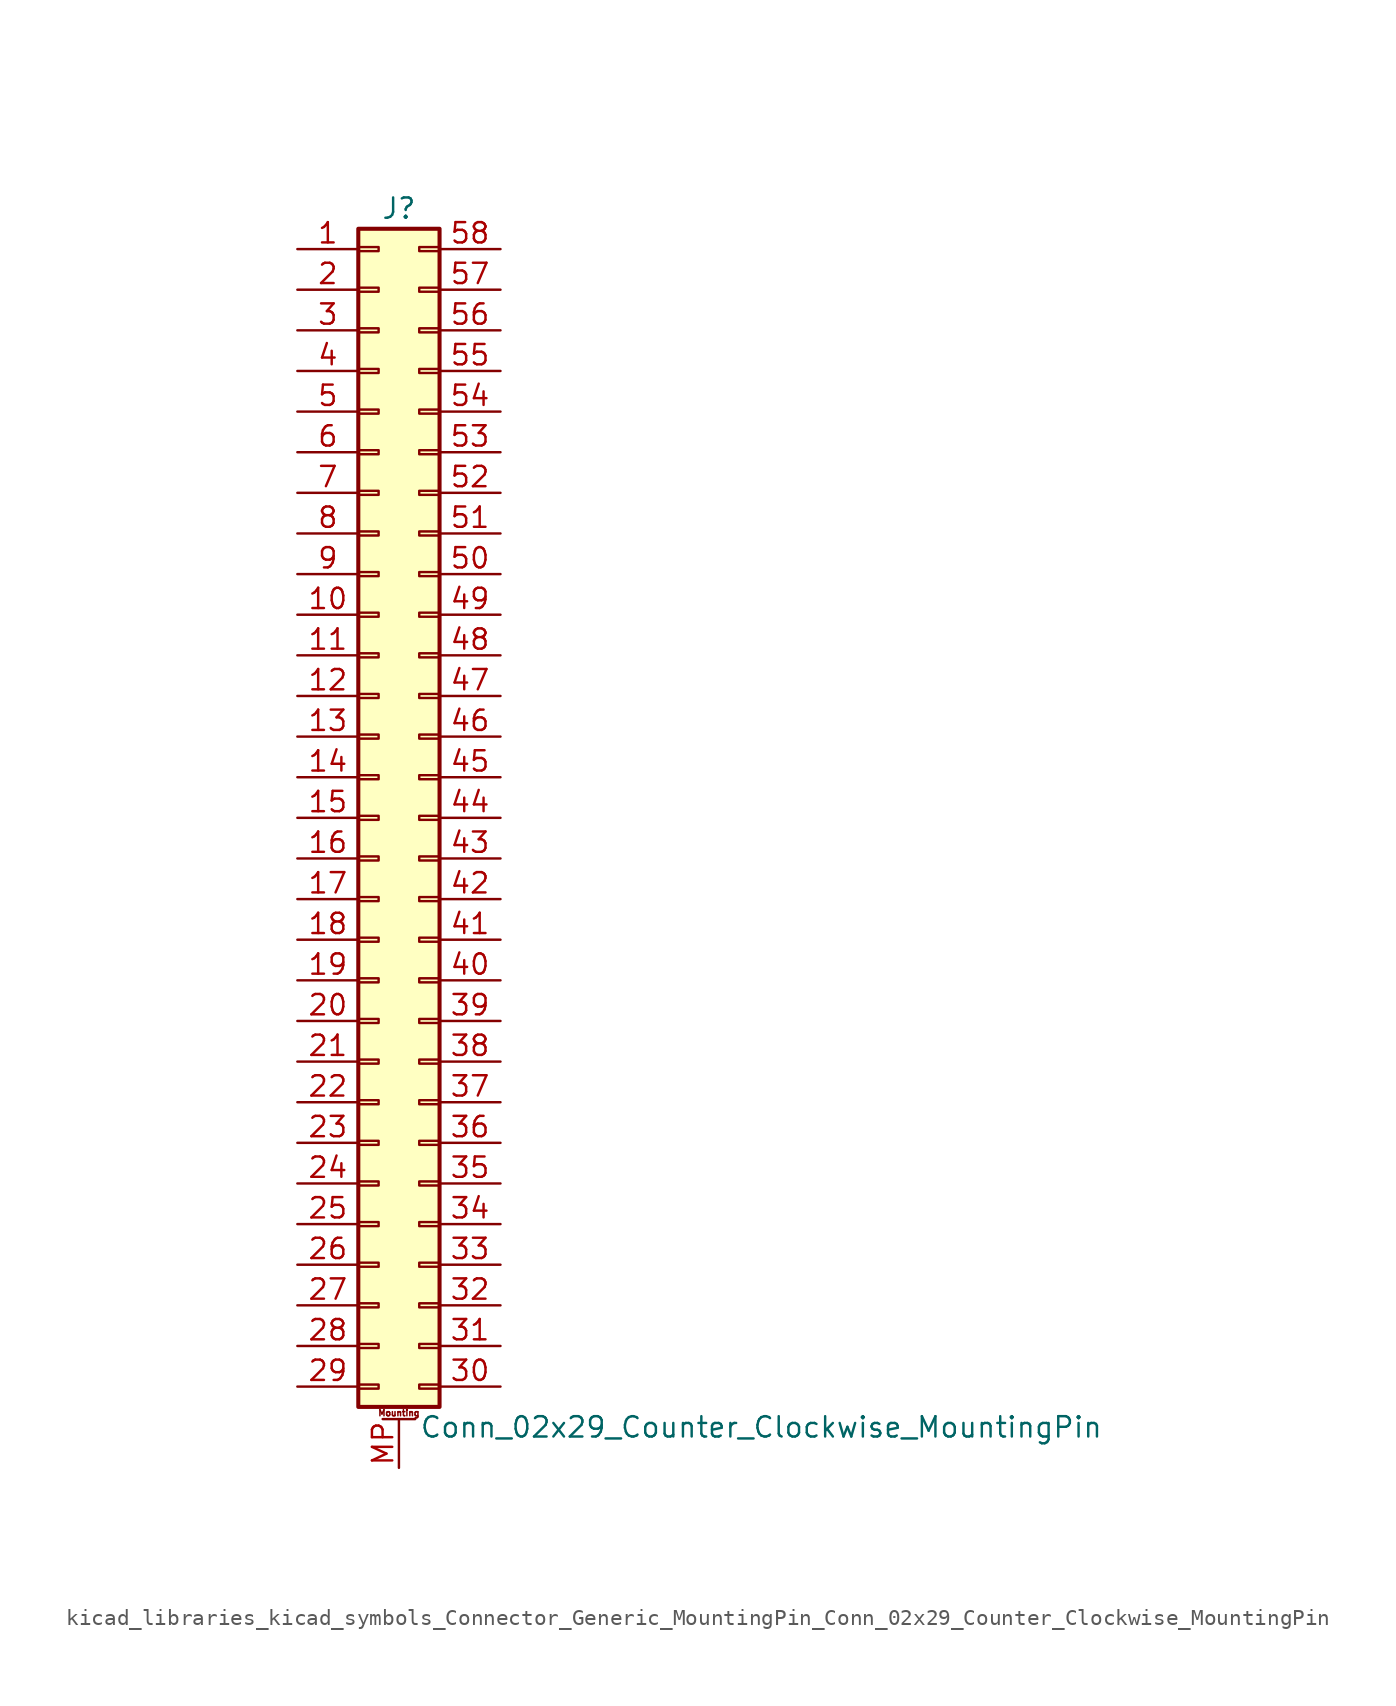
<source format=kicad_sym>
(kicad_symbol_lib
  (version 20220914)
  (generator kicad_symbol_editor)
  (symbol "kicad_libraries_kicad_symbols_Connector_Generic_MountingPin_Conn_02x29_Counter_Clockwise_MountingPin"
    (pin_names
      (offset 1.016) hide)
    (property "Reference" "J"
      (at 1.27 38.1 0)
      (effects (font (size 1.27 1.27))))
    (property "Value" "Conn_02x29_Counter_Clockwise_MountingPin"
      (at 2.54 -38.1 0)
      (effects (font (size 1.27 1.27)) (justify left)))
    (symbol "kicad_libraries_kicad_symbols_Connector_Generic_MountingPin_Conn_02x29_Counter_Clockwise_MountingPin_1_1"
      (rectangle (start -1.27 -35.433) (end 0 -35.687) (stroke (width 0.152) (type default)) (fill (type none)))
      (rectangle (start -1.27 -32.893) (end 0 -33.147) (stroke (width 0.152) (type default)) (fill (type none)))
      (rectangle (start -1.27 -30.353) (end 0 -30.607) (stroke (width 0.152) (type default)) (fill (type none)))
      (rectangle (start -1.27 -27.813) (end 0 -28.067) (stroke (width 0.152) (type default)) (fill (type none)))
      (rectangle (start -1.27 -25.273) (end 0 -25.527) (stroke (width 0.152) (type default)) (fill (type none)))
      (rectangle (start -1.27 -22.733) (end 0 -22.987) (stroke (width 0.152) (type default)) (fill (type none)))
      (rectangle (start -1.27 -20.193) (end 0 -20.447) (stroke (width 0.152) (type default)) (fill (type none)))
      (rectangle (start -1.27 -17.653) (end 0 -17.907) (stroke (width 0.152) (type default)) (fill (type none)))
      (rectangle (start -1.27 -15.113) (end 0 -15.367) (stroke (width 0.152) (type default)) (fill (type none)))
      (rectangle (start -1.27 -12.573) (end 0 -12.827) (stroke (width 0.152) (type default)) (fill (type none)))
      (rectangle (start -1.27 -10.033) (end 0 -10.287) (stroke (width 0.152) (type default)) (fill (type none)))
      (rectangle (start -1.27 -7.493) (end 0 -7.747) (stroke (width 0.152) (type default)) (fill (type none)))
      (rectangle (start -1.27 -4.953) (end 0 -5.207) (stroke (width 0.152) (type default)) (fill (type none)))
      (rectangle (start -1.27 -2.413) (end 0 -2.667) (stroke (width 0.152) (type default)) (fill (type none)))
      (rectangle (start -1.27 0.127) (end 0 -0.127) (stroke (width 0.152) (type default)) (fill (type none)))
      (rectangle (start -1.27 2.667) (end 0 2.413) (stroke (width 0.152) (type default)) (fill (type none)))
      (rectangle (start -1.27 5.207) (end 0 4.953) (stroke (width 0.152) (type default)) (fill (type none)))
      (rectangle (start -1.27 7.747) (end 0 7.493) (stroke (width 0.152) (type default)) (fill (type none)))
      (rectangle (start -1.27 10.287) (end 0 10.033) (stroke (width 0.152) (type default)) (fill (type none)))
      (rectangle (start -1.27 12.827) (end 0 12.573) (stroke (width 0.152) (type default)) (fill (type none)))
      (rectangle (start -1.27 15.367) (end 0 15.113) (stroke (width 0.152) (type default)) (fill (type none)))
      (rectangle (start -1.27 17.907) (end 0 17.653) (stroke (width 0.152) (type default)) (fill (type none)))
      (rectangle (start -1.27 20.447) (end 0 20.193) (stroke (width 0.152) (type default)) (fill (type none)))
      (rectangle (start -1.27 22.987) (end 0 22.733) (stroke (width 0.152) (type default)) (fill (type none)))
      (rectangle (start -1.27 25.527) (end 0 25.273) (stroke (width 0.152) (type default)) (fill (type none)))
      (rectangle (start -1.27 28.067) (end 0 27.813) (stroke (width 0.152) (type default)) (fill (type none)))
      (rectangle (start -1.27 30.607) (end 0 30.353) (stroke (width 0.152) (type default)) (fill (type none)))
      (rectangle (start -1.27 33.147) (end 0 32.893) (stroke (width 0.152) (type default)) (fill (type none)))
      (rectangle (start -1.27 35.687) (end 0 35.433) (stroke (width 0.152) (type default)) (fill (type none)))
      (rectangle (start -1.27 36.83) (end 3.81 -36.83) (stroke (width 0.254) (type default)) (fill (type background)))
      (polyline (pts (xy 0.254 -37.592) (xy 2.286 -37.592)) (stroke (width 0.152) (type default)) (fill (type none)))
      (rectangle (start 3.81 -35.433) (end 2.54 -35.687) (stroke (width 0.152) (type default)) (fill (type none)))
      (rectangle (start 3.81 -32.893) (end 2.54 -33.147) (stroke (width 0.152) (type default)) (fill (type none)))
      (rectangle (start 3.81 -30.353) (end 2.54 -30.607) (stroke (width 0.152) (type default)) (fill (type none)))
      (rectangle (start 3.81 -27.813) (end 2.54 -28.067) (stroke (width 0.152) (type default)) (fill (type none)))
      (rectangle (start 3.81 -25.273) (end 2.54 -25.527) (stroke (width 0.152) (type default)) (fill (type none)))
      (rectangle (start 3.81 -22.733) (end 2.54 -22.987) (stroke (width 0.152) (type default)) (fill (type none)))
      (rectangle (start 3.81 -20.193) (end 2.54 -20.447) (stroke (width 0.152) (type default)) (fill (type none)))
      (rectangle (start 3.81 -17.653) (end 2.54 -17.907) (stroke (width 0.152) (type default)) (fill (type none)))
      (rectangle (start 3.81 -15.113) (end 2.54 -15.367) (stroke (width 0.152) (type default)) (fill (type none)))
      (rectangle (start 3.81 -12.573) (end 2.54 -12.827) (stroke (width 0.152) (type default)) (fill (type none)))
      (rectangle (start 3.81 -10.033) (end 2.54 -10.287) (stroke (width 0.152) (type default)) (fill (type none)))
      (rectangle (start 3.81 -7.493) (end 2.54 -7.747) (stroke (width 0.152) (type default)) (fill (type none)))
      (rectangle (start 3.81 -4.953) (end 2.54 -5.207) (stroke (width 0.152) (type default)) (fill (type none)))
      (rectangle (start 3.81 -2.413) (end 2.54 -2.667) (stroke (width 0.152) (type default)) (fill (type none)))
      (rectangle (start 3.81 0.127) (end 2.54 -0.127) (stroke (width 0.152) (type default)) (fill (type none)))
      (rectangle (start 3.81 2.667) (end 2.54 2.413) (stroke (width 0.152) (type default)) (fill (type none)))
      (rectangle (start 3.81 5.207) (end 2.54 4.953) (stroke (width 0.152) (type default)) (fill (type none)))
      (rectangle (start 3.81 7.747) (end 2.54 7.493) (stroke (width 0.152) (type default)) (fill (type none)))
      (rectangle (start 3.81 10.287) (end 2.54 10.033) (stroke (width 0.152) (type default)) (fill (type none)))
      (rectangle (start 3.81 12.827) (end 2.54 12.573) (stroke (width 0.152) (type default)) (fill (type none)))
      (rectangle (start 3.81 15.367) (end 2.54 15.113) (stroke (width 0.152) (type default)) (fill (type none)))
      (rectangle (start 3.81 17.907) (end 2.54 17.653) (stroke (width 0.152) (type default)) (fill (type none)))
      (rectangle (start 3.81 20.447) (end 2.54 20.193) (stroke (width 0.152) (type default)) (fill (type none)))
      (rectangle (start 3.81 22.987) (end 2.54 22.733) (stroke (width 0.152) (type default)) (fill (type none)))
      (rectangle (start 3.81 25.527) (end 2.54 25.273) (stroke (width 0.152) (type default)) (fill (type none)))
      (rectangle (start 3.81 28.067) (end 2.54 27.813) (stroke (width 0.152) (type default)) (fill (type none)))
      (rectangle (start 3.81 30.607) (end 2.54 30.353) (stroke (width 0.152) (type default)) (fill (type none)))
      (rectangle (start 3.81 33.147) (end 2.54 32.893) (stroke (width 0.152) (type default)) (fill (type none)))
      (rectangle (start 3.81 35.687) (end 2.54 35.433) (stroke (width 0.152) (type default)) (fill (type none)))
      (text "Mounting" (at 1.27 -37.211 0) (effects (font (size 0.381 0.381))))
      (pin passive line (at -5.08 35.56 0) (length 3.81) (name "Pin_1" (effects (font (size 1.27 1.27)))) (number "1" (effects (font (size 1.27 1.27)))))
      (pin passive line (at -5.08 12.7 0) (length 3.81) (name "Pin_10" (effects (font (size 1.27 1.27)))) (number "10" (effects (font (size 1.27 1.27)))))
      (pin passive line (at -5.08 10.16 0) (length 3.81) (name "Pin_11" (effects (font (size 1.27 1.27)))) (number "11" (effects (font (size 1.27 1.27)))))
      (pin passive line (at -5.08 7.62 0) (length 3.81) (name "Pin_12" (effects (font (size 1.27 1.27)))) (number "12" (effects (font (size 1.27 1.27)))))
      (pin passive line (at -5.08 5.08 0) (length 3.81) (name "Pin_13" (effects (font (size 1.27 1.27)))) (number "13" (effects (font (size 1.27 1.27)))))
      (pin passive line (at -5.08 2.54 0) (length 3.81) (name "Pin_14" (effects (font (size 1.27 1.27)))) (number "14" (effects (font (size 1.27 1.27)))))
      (pin passive line (at -5.08 0 0) (length 3.81) (name "Pin_15" (effects (font (size 1.27 1.27)))) (number "15" (effects (font (size 1.27 1.27)))))
      (pin passive line (at -5.08 -2.54 0) (length 3.81) (name "Pin_16" (effects (font (size 1.27 1.27)))) (number "16" (effects (font (size 1.27 1.27)))))
      (pin passive line (at -5.08 -5.08 0) (length 3.81) (name "Pin_17" (effects (font (size 1.27 1.27)))) (number "17" (effects (font (size 1.27 1.27)))))
      (pin passive line (at -5.08 -7.62 0) (length 3.81) (name "Pin_18" (effects (font (size 1.27 1.27)))) (number "18" (effects (font (size 1.27 1.27)))))
      (pin passive line (at -5.08 -10.16 0) (length 3.81) (name "Pin_19" (effects (font (size 1.27 1.27)))) (number "19" (effects (font (size 1.27 1.27)))))
      (pin passive line (at -5.08 33.02 0) (length 3.81) (name "Pin_2" (effects (font (size 1.27 1.27)))) (number "2" (effects (font (size 1.27 1.27)))))
      (pin passive line (at -5.08 -12.7 0) (length 3.81) (name "Pin_20" (effects (font (size 1.27 1.27)))) (number "20" (effects (font (size 1.27 1.27)))))
      (pin passive line (at -5.08 -15.24 0) (length 3.81) (name "Pin_21" (effects (font (size 1.27 1.27)))) (number "21" (effects (font (size 1.27 1.27)))))
      (pin passive line (at -5.08 -17.78 0) (length 3.81) (name "Pin_22" (effects (font (size 1.27 1.27)))) (number "22" (effects (font (size 1.27 1.27)))))
      (pin passive line (at -5.08 -20.32 0) (length 3.81) (name "Pin_23" (effects (font (size 1.27 1.27)))) (number "23" (effects (font (size 1.27 1.27)))))
      (pin passive line (at -5.08 -22.86 0) (length 3.81) (name "Pin_24" (effects (font (size 1.27 1.27)))) (number "24" (effects (font (size 1.27 1.27)))))
      (pin passive line (at -5.08 -25.4 0) (length 3.81) (name "Pin_25" (effects (font (size 1.27 1.27)))) (number "25" (effects (font (size 1.27 1.27)))))
      (pin passive line (at -5.08 -27.94 0) (length 3.81) (name "Pin_26" (effects (font (size 1.27 1.27)))) (number "26" (effects (font (size 1.27 1.27)))))
      (pin passive line (at -5.08 -30.48 0) (length 3.81) (name "Pin_27" (effects (font (size 1.27 1.27)))) (number "27" (effects (font (size 1.27 1.27)))))
      (pin passive line (at -5.08 -33.02 0) (length 3.81) (name "Pin_28" (effects (font (size 1.27 1.27)))) (number "28" (effects (font (size 1.27 1.27)))))
      (pin passive line (at -5.08 -35.56 0) (length 3.81) (name "Pin_29" (effects (font (size 1.27 1.27)))) (number "29" (effects (font (size 1.27 1.27)))))
      (pin passive line (at -5.08 30.48 0) (length 3.81) (name "Pin_3" (effects (font (size 1.27 1.27)))) (number "3" (effects (font (size 1.27 1.27)))))
      (pin passive line (at 7.62 -35.56 180) (length 3.81) (name "Pin_30" (effects (font (size 1.27 1.27)))) (number "30" (effects (font (size 1.27 1.27)))))
      (pin passive line (at 7.62 -33.02 180) (length 3.81) (name "Pin_31" (effects (font (size 1.27 1.27)))) (number "31" (effects (font (size 1.27 1.27)))))
      (pin passive line (at 7.62 -30.48 180) (length 3.81) (name "Pin_32" (effects (font (size 1.27 1.27)))) (number "32" (effects (font (size 1.27 1.27)))))
      (pin passive line (at 7.62 -27.94 180) (length 3.81) (name "Pin_33" (effects (font (size 1.27 1.27)))) (number "33" (effects (font (size 1.27 1.27)))))
      (pin passive line (at 7.62 -25.4 180) (length 3.81) (name "Pin_34" (effects (font (size 1.27 1.27)))) (number "34" (effects (font (size 1.27 1.27)))))
      (pin passive line (at 7.62 -22.86 180) (length 3.81) (name "Pin_35" (effects (font (size 1.27 1.27)))) (number "35" (effects (font (size 1.27 1.27)))))
      (pin passive line (at 7.62 -20.32 180) (length 3.81) (name "Pin_36" (effects (font (size 1.27 1.27)))) (number "36" (effects (font (size 1.27 1.27)))))
      (pin passive line (at 7.62 -17.78 180) (length 3.81) (name "Pin_37" (effects (font (size 1.27 1.27)))) (number "37" (effects (font (size 1.27 1.27)))))
      (pin passive line (at 7.62 -15.24 180) (length 3.81) (name "Pin_38" (effects (font (size 1.27 1.27)))) (number "38" (effects (font (size 1.27 1.27)))))
      (pin passive line (at 7.62 -12.7 180) (length 3.81) (name "Pin_39" (effects (font (size 1.27 1.27)))) (number "39" (effects (font (size 1.27 1.27)))))
      (pin passive line (at -5.08 27.94 0) (length 3.81) (name "Pin_4" (effects (font (size 1.27 1.27)))) (number "4" (effects (font (size 1.27 1.27)))))
      (pin passive line (at 7.62 -10.16 180) (length 3.81) (name "Pin_40" (effects (font (size 1.27 1.27)))) (number "40" (effects (font (size 1.27 1.27)))))
      (pin passive line (at 7.62 -7.62 180) (length 3.81) (name "Pin_41" (effects (font (size 1.27 1.27)))) (number "41" (effects (font (size 1.27 1.27)))))
      (pin passive line (at 7.62 -5.08 180) (length 3.81) (name "Pin_42" (effects (font (size 1.27 1.27)))) (number "42" (effects (font (size 1.27 1.27)))))
      (pin passive line (at 7.62 -2.54 180) (length 3.81) (name "Pin_43" (effects (font (size 1.27 1.27)))) (number "43" (effects (font (size 1.27 1.27)))))
      (pin passive line (at 7.62 0 180) (length 3.81) (name "Pin_44" (effects (font (size 1.27 1.27)))) (number "44" (effects (font (size 1.27 1.27)))))
      (pin passive line (at 7.62 2.54 180) (length 3.81) (name "Pin_45" (effects (font (size 1.27 1.27)))) (number "45" (effects (font (size 1.27 1.27)))))
      (pin passive line (at 7.62 5.08 180) (length 3.81) (name "Pin_46" (effects (font (size 1.27 1.27)))) (number "46" (effects (font (size 1.27 1.27)))))
      (pin passive line (at 7.62 7.62 180) (length 3.81) (name "Pin_47" (effects (font (size 1.27 1.27)))) (number "47" (effects (font (size 1.27 1.27)))))
      (pin passive line (at 7.62 10.16 180) (length 3.81) (name "Pin_48" (effects (font (size 1.27 1.27)))) (number "48" (effects (font (size 1.27 1.27)))))
      (pin passive line (at 7.62 12.7 180) (length 3.81) (name "Pin_49" (effects (font (size 1.27 1.27)))) (number "49" (effects (font (size 1.27 1.27)))))
      (pin passive line (at -5.08 25.4 0) (length 3.81) (name "Pin_5" (effects (font (size 1.27 1.27)))) (number "5" (effects (font (size 1.27 1.27)))))
      (pin passive line (at 7.62 15.24 180) (length 3.81) (name "Pin_50" (effects (font (size 1.27 1.27)))) (number "50" (effects (font (size 1.27 1.27)))))
      (pin passive line (at 7.62 17.78 180) (length 3.81) (name "Pin_51" (effects (font (size 1.27 1.27)))) (number "51" (effects (font (size 1.27 1.27)))))
      (pin passive line (at 7.62 20.32 180) (length 3.81) (name "Pin_52" (effects (font (size 1.27 1.27)))) (number "52" (effects (font (size 1.27 1.27)))))
      (pin passive line (at 7.62 22.86 180) (length 3.81) (name "Pin_53" (effects (font (size 1.27 1.27)))) (number "53" (effects (font (size 1.27 1.27)))))
      (pin passive line (at 7.62 25.4 180) (length 3.81) (name "Pin_54" (effects (font (size 1.27 1.27)))) (number "54" (effects (font (size 1.27 1.27)))))
      (pin passive line (at 7.62 27.94 180) (length 3.81) (name "Pin_55" (effects (font (size 1.27 1.27)))) (number "55" (effects (font (size 1.27 1.27)))))
      (pin passive line (at 7.62 30.48 180) (length 3.81) (name "Pin_56" (effects (font (size 1.27 1.27)))) (number "56" (effects (font (size 1.27 1.27)))))
      (pin passive line (at 7.62 33.02 180) (length 3.81) (name "Pin_57" (effects (font (size 1.27 1.27)))) (number "57" (effects (font (size 1.27 1.27)))))
      (pin passive line (at 7.62 35.56 180) (length 3.81) (name "Pin_58" (effects (font (size 1.27 1.27)))) (number "58" (effects (font (size 1.27 1.27)))))
      (pin passive line (at -5.08 22.86 0) (length 3.81) (name "Pin_6" (effects (font (size 1.27 1.27)))) (number "6" (effects (font (size 1.27 1.27)))))
      (pin passive line (at -5.08 20.32 0) (length 3.81) (name "Pin_7" (effects (font (size 1.27 1.27)))) (number "7" (effects (font (size 1.27 1.27)))))
      (pin passive line (at -5.08 17.78 0) (length 3.81) (name "Pin_8" (effects (font (size 1.27 1.27)))) (number "8" (effects (font (size 1.27 1.27)))))
      (pin passive line (at -5.08 15.24 0) (length 3.81) (name "Pin_9" (effects (font (size 1.27 1.27)))) (number "9" (effects (font (size 1.27 1.27)))))
      (pin passive line (at 1.27 -40.64 90) (length 3.048) (name "MountPin" (effects (font (size 1.27 1.27)))) (number "MP" (effects (font (size 1.27 1.27))))))))
</source>
